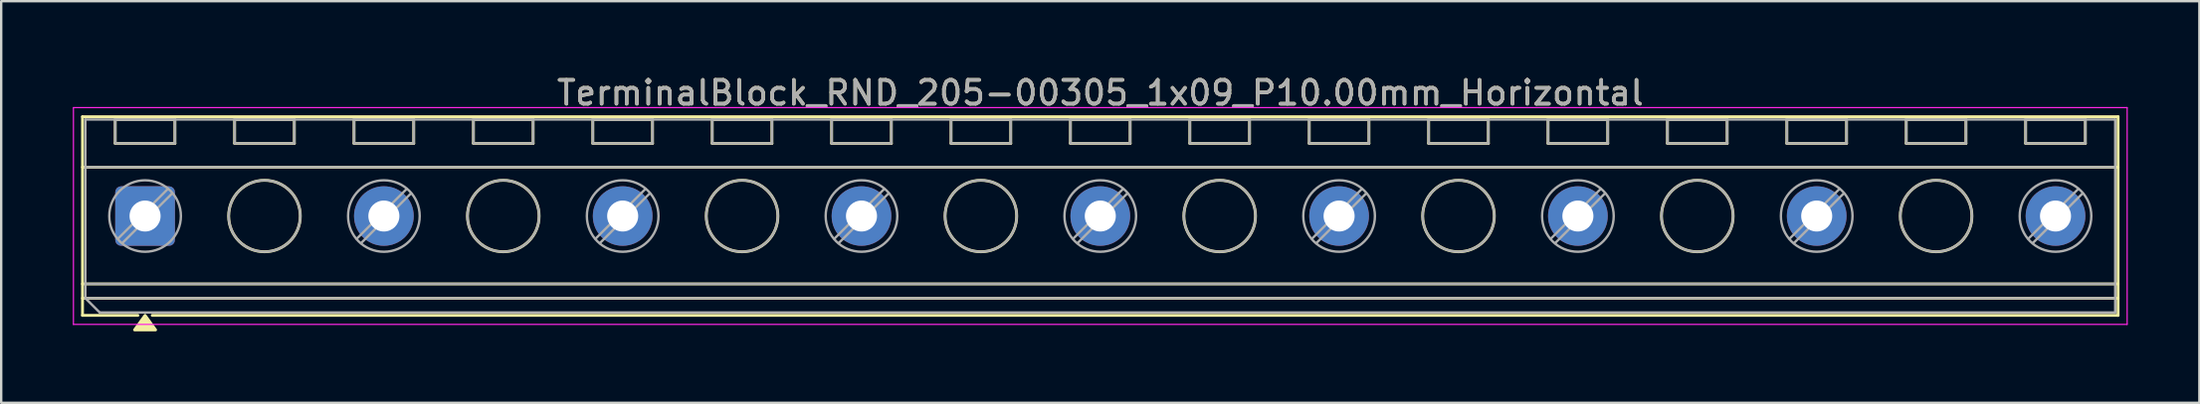
<source format=kicad_pcb>
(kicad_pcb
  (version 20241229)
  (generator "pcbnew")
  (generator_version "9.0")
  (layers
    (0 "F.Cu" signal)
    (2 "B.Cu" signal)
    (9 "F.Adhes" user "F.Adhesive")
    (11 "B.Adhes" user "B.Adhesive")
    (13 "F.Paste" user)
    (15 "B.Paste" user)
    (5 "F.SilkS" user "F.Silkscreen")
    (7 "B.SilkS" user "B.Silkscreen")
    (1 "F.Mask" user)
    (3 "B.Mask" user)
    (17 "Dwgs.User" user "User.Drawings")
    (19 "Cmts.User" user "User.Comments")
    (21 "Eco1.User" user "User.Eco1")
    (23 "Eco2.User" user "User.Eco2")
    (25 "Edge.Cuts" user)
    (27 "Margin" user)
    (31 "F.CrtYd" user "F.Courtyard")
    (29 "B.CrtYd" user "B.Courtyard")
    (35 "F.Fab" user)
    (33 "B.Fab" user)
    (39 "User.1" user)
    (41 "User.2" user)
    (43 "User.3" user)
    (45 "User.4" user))
  (footprint "TerminalBlock_RND_205-00305_1x09_P10.00mm_Horizontal"
    (layer "F.Cu")
    (at 3.025 6.018)
    (property "Reference" "TerminalBlock_RND_205-00305_1x09_P10.00mm_Horizontal" (at 40 -5.17 0) (layer "F.SilkS") (effects (font (size 1 1) (thickness 0.15))))
    (attr through_hole)
    (fp_line (start -2.62 -4.17) (end -2.62 4.17) (stroke (width 0.12) (type solid)) (layer "F.SilkS"))
    (fp_line (start -2.62 -4.17) (end 82.62 -4.17) (stroke (width 0.12) (type solid)) (layer "F.SilkS"))
    (fp_line (start -2.62 -2.05) (end 82.62 -2.05) (stroke (width 0.12) (type solid)) (layer "F.SilkS"))
    (fp_line (start -2.62 2.85) (end 82.62 2.85) (stroke (width 0.12) (type solid)) (layer "F.SilkS"))
    (fp_line (start -2.62 3.45) (end 82.62 3.45) (stroke (width 0.12) (type solid)) (layer "F.SilkS"))
    (fp_line (start -2.62 4.17) (end -0.3 4.17) (stroke (width 0.12) (type solid)) (layer "F.SilkS"))
    (fp_line (start -1.25 -4.05) (end -1.25 -3.05) (stroke (width 0.12) (type solid)) (layer "F.SilkS"))
    (fp_line (start -1.25 -4.05) (end 1.25 -4.05) (stroke (width 0.12) (type solid)) (layer "F.SilkS"))
    (fp_line (start -1.25 -3.05) (end 1.25 -3.05) (stroke (width 0.12) (type solid)) (layer "F.SilkS"))
    (fp_line (start 0.3 4.17) (end 82.62 4.17) (stroke (width 0.12) (type solid)) (layer "F.SilkS"))
    (fp_line (start 1.25 -4.05) (end 1.25 -3.05) (stroke (width 0.12) (type solid)) (layer "F.SilkS"))
    (fp_line (start 3.75 -4.05) (end 3.75 -3.05) (stroke (width 0.12) (type solid)) (layer "F.SilkS"))
    (fp_line (start 3.75 -4.05) (end 6.25 -4.05) (stroke (width 0.12) (type solid)) (layer "F.SilkS"))
    (fp_line (start 3.75 -3.05) (end 6.25 -3.05) (stroke (width 0.12) (type solid)) (layer "F.SilkS"))
    (fp_line (start 6.25 -4.05) (end 6.25 -3.05) (stroke (width 0.12) (type solid)) (layer "F.SilkS"))
    (fp_line (start 8.75 -4.05) (end 8.75 -3.05) (stroke (width 0.12) (type solid)) (layer "F.SilkS"))
    (fp_line (start 8.75 -4.05) (end 11.25 -4.05) (stroke (width 0.12) (type solid)) (layer "F.SilkS"))
    (fp_line (start 8.75 -3.05) (end 11.25 -3.05) (stroke (width 0.12) (type solid)) (layer "F.SilkS"))
    (fp_line (start 11.25 -4.05) (end 11.25 -3.05) (stroke (width 0.12) (type solid)) (layer "F.SilkS"))
    (fp_line (start 13.75 -4.05) (end 13.75 -3.05) (stroke (width 0.12) (type solid)) (layer "F.SilkS"))
    (fp_line (start 13.75 -4.05) (end 16.25 -4.05) (stroke (width 0.12) (type solid)) (layer "F.SilkS"))
    (fp_line (start 13.75 -3.05) (end 16.25 -3.05) (stroke (width 0.12) (type solid)) (layer "F.SilkS"))
    (fp_line (start 16.25 -4.05) (end 16.25 -3.05) (stroke (width 0.12) (type solid)) (layer "F.SilkS"))
    (fp_line (start 18.75 -4.05) (end 18.75 -3.05) (stroke (width 0.12) (type solid)) (layer "F.SilkS"))
    (fp_line (start 18.75 -4.05) (end 21.25 -4.05) (stroke (width 0.12) (type solid)) (layer "F.SilkS"))
    (fp_line (start 18.75 -3.05) (end 21.25 -3.05) (stroke (width 0.12) (type solid)) (layer "F.SilkS"))
    (fp_line (start 21.25 -4.05) (end 21.25 -3.05) (stroke (width 0.12) (type solid)) (layer "F.SilkS"))
    (fp_line (start 23.75 -4.05) (end 23.75 -3.05) (stroke (width 0.12) (type solid)) (layer "F.SilkS"))
    (fp_line (start 23.75 -4.05) (end 26.25 -4.05) (stroke (width 0.12) (type solid)) (layer "F.SilkS"))
    (fp_line (start 23.75 -3.05) (end 26.25 -3.05) (stroke (width 0.12) (type solid)) (layer "F.SilkS"))
    (fp_line (start 26.25 -4.05) (end 26.25 -3.05) (stroke (width 0.12) (type solid)) (layer "F.SilkS"))
    (fp_line (start 28.75 -4.05) (end 28.75 -3.05) (stroke (width 0.12) (type solid)) (layer "F.SilkS"))
    (fp_line (start 28.75 -4.05) (end 31.25 -4.05) (stroke (width 0.12) (type solid)) (layer "F.SilkS"))
    (fp_line (start 28.75 -3.05) (end 31.25 -3.05) (stroke (width 0.12) (type solid)) (layer "F.SilkS"))
    (fp_line (start 31.25 -4.05) (end 31.25 -3.05) (stroke (width 0.12) (type solid)) (layer "F.SilkS"))
    (fp_line (start 33.75 -4.05) (end 33.75 -3.05) (stroke (width 0.12) (type solid)) (layer "F.SilkS"))
    (fp_line (start 33.75 -4.05) (end 36.25 -4.05) (stroke (width 0.12) (type solid)) (layer "F.SilkS"))
    (fp_line (start 33.75 -3.05) (end 36.25 -3.05) (stroke (width 0.12) (type solid)) (layer "F.SilkS"))
    (fp_line (start 36.25 -4.05) (end 36.25 -3.05) (stroke (width 0.12) (type solid)) (layer "F.SilkS"))
    (fp_line (start 38.75 -4.05) (end 38.75 -3.05) (stroke (width 0.12) (type solid)) (layer "F.SilkS"))
    (fp_line (start 38.75 -4.05) (end 41.25 -4.05) (stroke (width 0.12) (type solid)) (layer "F.SilkS"))
    (fp_line (start 38.75 -3.05) (end 41.25 -3.05) (stroke (width 0.12) (type solid)) (layer "F.SilkS"))
    (fp_line (start 41.25 -4.05) (end 41.25 -3.05) (stroke (width 0.12) (type solid)) (layer "F.SilkS"))
    (fp_line (start 43.75 -4.05) (end 43.75 -3.05) (stroke (width 0.12) (type solid)) (layer "F.SilkS"))
    (fp_line (start 43.75 -4.05) (end 46.25 -4.05) (stroke (width 0.12) (type solid)) (layer "F.SilkS"))
    (fp_line (start 43.75 -3.05) (end 46.25 -3.05) (stroke (width 0.12) (type solid)) (layer "F.SilkS"))
    (fp_line (start 46.25 -4.05) (end 46.25 -3.05) (stroke (width 0.12) (type solid)) (layer "F.SilkS"))
    (fp_line (start 48.75 -4.05) (end 48.75 -3.05) (stroke (width 0.12) (type solid)) (layer "F.SilkS"))
    (fp_line (start 48.75 -4.05) (end 51.25 -4.05) (stroke (width 0.12) (type solid)) (layer "F.SilkS"))
    (fp_line (start 48.75 -3.05) (end 51.25 -3.05) (stroke (width 0.12) (type solid)) (layer "F.SilkS"))
    (fp_line (start 51.25 -4.05) (end 51.25 -3.05) (stroke (width 0.12) (type solid)) (layer "F.SilkS"))
    (fp_line (start 53.75 -4.05) (end 53.75 -3.05) (stroke (width 0.12) (type solid)) (layer "F.SilkS"))
    (fp_line (start 53.75 -4.05) (end 56.25 -4.05) (stroke (width 0.12) (type solid)) (layer "F.SilkS"))
    (fp_line (start 53.75 -3.05) (end 56.25 -3.05) (stroke (width 0.12) (type solid)) (layer "F.SilkS"))
    (fp_line (start 56.25 -4.05) (end 56.25 -3.05) (stroke (width 0.12) (type solid)) (layer "F.SilkS"))
    (fp_line (start 58.75 -4.05) (end 58.75 -3.05) (stroke (width 0.12) (type solid)) (layer "F.SilkS"))
    (fp_line (start 58.75 -4.05) (end 61.25 -4.05) (stroke (width 0.12) (type solid)) (layer "F.SilkS"))
    (fp_line (start 58.75 -3.05) (end 61.25 -3.05) (stroke (width 0.12) (type solid)) (layer "F.SilkS"))
    (fp_line (start 61.25 -4.05) (end 61.25 -3.05) (stroke (width 0.12) (type solid)) (layer "F.SilkS"))
    (fp_line (start 63.75 -4.05) (end 63.75 -3.05) (stroke (width 0.12) (type solid)) (layer "F.SilkS"))
    (fp_line (start 63.75 -4.05) (end 66.25 -4.05) (stroke (width 0.12) (type solid)) (layer "F.SilkS"))
    (fp_line (start 63.75 -3.05) (end 66.25 -3.05) (stroke (width 0.12) (type solid)) (layer "F.SilkS"))
    (fp_line (start 66.25 -4.05) (end 66.25 -3.05) (stroke (width 0.12) (type solid)) (layer "F.SilkS"))
    (fp_line (start 68.75 -4.05) (end 68.75 -3.05) (stroke (width 0.12) (type solid)) (layer "F.SilkS"))
    (fp_line (start 68.75 -4.05) (end 71.25 -4.05) (stroke (width 0.12) (type solid)) (layer "F.SilkS"))
    (fp_line (start 68.75 -3.05) (end 71.25 -3.05) (stroke (width 0.12) (type solid)) (layer "F.SilkS"))
    (fp_line (start 71.25 -4.05) (end 71.25 -3.05) (stroke (width 0.12) (type solid)) (layer "F.SilkS"))
    (fp_line (start 73.75 -4.05) (end 73.75 -3.05) (stroke (width 0.12) (type solid)) (layer "F.SilkS"))
    (fp_line (start 73.75 -4.05) (end 76.25 -4.05) (stroke (width 0.12) (type solid)) (layer "F.SilkS"))
    (fp_line (start 73.75 -3.05) (end 76.25 -3.05) (stroke (width 0.12) (type solid)) (layer "F.SilkS"))
    (fp_line (start 76.25 -4.05) (end 76.25 -3.05) (stroke (width 0.12) (type solid)) (layer "F.SilkS"))
    (fp_line (start 78.75 -4.05) (end 78.75 -3.05) (stroke (width 0.12) (type solid)) (layer "F.SilkS"))
    (fp_line (start 78.75 -4.05) (end 81.25 -4.05) (stroke (width 0.12) (type solid)) (layer "F.SilkS"))
    (fp_line (start 78.75 -3.05) (end 81.25 -3.05) (stroke (width 0.12) (type solid)) (layer "F.SilkS"))
    (fp_line (start 81.25 -4.05) (end 81.25 -3.05) (stroke (width 0.12) (type solid)) (layer "F.SilkS"))
    (fp_line (start 82.62 -4.17) (end 82.62 4.17) (stroke (width 0.12) (type solid)) (layer "F.SilkS"))
    (fp_circle (center 5 0) (end 6.5 0) (stroke (width 0.12) (type solid)) (fill no) (layer "F.SilkS"))
    (fp_circle (center 15 0) (end 16.5 0) (stroke (width 0.12) (type solid)) (fill no) (layer "F.SilkS"))
    (fp_circle (center 25 0) (end 26.5 0) (stroke (width 0.12) (type solid)) (fill no) (layer "F.SilkS"))
    (fp_circle (center 35 0) (end 36.5 0) (stroke (width 0.12) (type solid)) (fill no) (layer "F.SilkS"))
    (fp_circle (center 45 0) (end 46.5 0) (stroke (width 0.12) (type solid)) (fill no) (layer "F.SilkS"))
    (fp_circle (center 55 0) (end 56.5 0) (stroke (width 0.12) (type solid)) (fill no) (layer "F.SilkS"))
    (fp_circle (center 65 0) (end 66.5 0) (stroke (width 0.12) (type solid)) (fill no) (layer "F.SilkS"))
    (fp_circle (center 75 0) (end 76.5 0) (stroke (width 0.12) (type solid)) (fill no) (layer "F.SilkS"))
    (fp_poly (pts (xy 0 4.17) (xy 0.44 4.78) (xy -0.44 4.78)) (stroke (width 0.12) (type solid)) (fill yes) (layer "F.SilkS"))
    (fp_line (start -3 -4.55) (end -3 4.55) (stroke (width 0.05) (type solid)) (layer "F.CrtYd"))
    (fp_line (start -3 4.55) (end 83 4.55) (stroke (width 0.05) (type solid)) (layer "F.CrtYd"))
    (fp_line (start 83 -4.55) (end -3 -4.55) (stroke (width 0.05) (type solid)) (layer "F.CrtYd"))
    (fp_line (start 83 4.55) (end 83 -4.55) (stroke (width 0.05) (type solid)) (layer "F.CrtYd"))
    (fp_line (start -2.5 -4.05) (end 82.5 -4.05) (stroke (width 0.1) (type solid)) (layer "F.Fab"))
    (fp_line (start -2.5 -2.05) (end 82.5 -2.05) (stroke (width 0.1) (type solid)) (layer "F.Fab"))
    (fp_line (start -2.5 2.85) (end 82.5 2.85) (stroke (width 0.1) (type solid)) (layer "F.Fab"))
    (fp_line (start -2.5 3.45) (end -2.5 -4.05) (stroke (width 0.1) (type solid)) (layer "F.Fab"))
    (fp_line (start -2.5 3.45) (end 82.5 3.45) (stroke (width 0.1) (type solid)) (layer "F.Fab"))
    (fp_line (start -1.9 4.05) (end -2.5 3.45) (stroke (width 0.1) (type solid)) (layer "F.Fab"))
    (fp_line (start -1.25 -4.05) (end -1.25 -3.05) (stroke (width 0.1) (type solid)) (layer "F.Fab"))
    (fp_line (start -1.25 -3.05) (end 1.25 -3.05) (stroke (width 0.1) (type solid)) (layer "F.Fab"))
    (fp_line (start 0.955 -1.138) (end -1.138 0.954) (stroke (width 0.1) (type solid)) (layer "F.Fab"))
    (fp_line (start 1.138 -0.954) (end -0.955 1.137) (stroke (width 0.1) (type solid)) (layer "F.Fab"))
    (fp_line (start 1.25 -4.05) (end -1.25 -4.05) (stroke (width 0.1) (type solid)) (layer "F.Fab"))
    (fp_line (start 1.25 -3.05) (end 1.25 -4.05) (stroke (width 0.1) (type solid)) (layer "F.Fab"))
    (fp_line (start 3.75 -4.05) (end 3.75 -3.05) (stroke (width 0.1) (type solid)) (layer "F.Fab"))
    (fp_line (start 3.75 -3.05) (end 6.25 -3.05) (stroke (width 0.1) (type solid)) (layer "F.Fab"))
    (fp_line (start 6.25 -4.05) (end 3.75 -4.05) (stroke (width 0.1) (type solid)) (layer "F.Fab"))
    (fp_line (start 6.25 -3.05) (end 6.25 -4.05) (stroke (width 0.1) (type solid)) (layer "F.Fab"))
    (fp_line (start 8.75 -4.05) (end 8.75 -3.05) (stroke (width 0.1) (type solid)) (layer "F.Fab"))
    (fp_line (start 8.75 -3.05) (end 11.25 -3.05) (stroke (width 0.1) (type solid)) (layer "F.Fab"))
    (fp_line (start 10.955 -1.138) (end 8.862 0.954) (stroke (width 0.1) (type solid)) (layer "F.Fab"))
    (fp_line (start 11.138 -0.954) (end 9.045 1.137) (stroke (width 0.1) (type solid)) (layer "F.Fab"))
    (fp_line (start 11.25 -4.05) (end 8.75 -4.05) (stroke (width 0.1) (type solid)) (layer "F.Fab"))
    (fp_line (start 11.25 -3.05) (end 11.25 -4.05) (stroke (width 0.1) (type solid)) (layer "F.Fab"))
    (fp_line (start 13.75 -4.05) (end 13.75 -3.05) (stroke (width 0.1) (type solid)) (layer "F.Fab"))
    (fp_line (start 13.75 -3.05) (end 16.25 -3.05) (stroke (width 0.1) (type solid)) (layer "F.Fab"))
    (fp_line (start 16.25 -4.05) (end 13.75 -4.05) (stroke (width 0.1) (type solid)) (layer "F.Fab"))
    (fp_line (start 16.25 -3.05) (end 16.25 -4.05) (stroke (width 0.1) (type solid)) (layer "F.Fab"))
    (fp_line (start 18.75 -4.05) (end 18.75 -3.05) (stroke (width 0.1) (type solid)) (layer "F.Fab"))
    (fp_line (start 18.75 -3.05) (end 21.25 -3.05) (stroke (width 0.1) (type solid)) (layer "F.Fab"))
    (fp_line (start 20.955 -1.138) (end 18.862 0.954) (stroke (width 0.1) (type solid)) (layer "F.Fab"))
    (fp_line (start 21.138 -0.954) (end 19.045 1.137) (stroke (width 0.1) (type solid)) (layer "F.Fab"))
    (fp_line (start 21.25 -4.05) (end 18.75 -4.05) (stroke (width 0.1) (type solid)) (layer "F.Fab"))
    (fp_line (start 21.25 -3.05) (end 21.25 -4.05) (stroke (width 0.1) (type solid)) (layer "F.Fab"))
    (fp_line (start 23.75 -4.05) (end 23.75 -3.05) (stroke (width 0.1) (type solid)) (layer "F.Fab"))
    (fp_line (start 23.75 -3.05) (end 26.25 -3.05) (stroke (width 0.1) (type solid)) (layer "F.Fab"))
    (fp_line (start 26.25 -4.05) (end 23.75 -4.05) (stroke (width 0.1) (type solid)) (layer "F.Fab"))
    (fp_line (start 26.25 -3.05) (end 26.25 -4.05) (stroke (width 0.1) (type solid)) (layer "F.Fab"))
    (fp_line (start 28.75 -4.05) (end 28.75 -3.05) (stroke (width 0.1) (type solid)) (layer "F.Fab"))
    (fp_line (start 28.75 -3.05) (end 31.25 -3.05) (stroke (width 0.1) (type solid)) (layer "F.Fab"))
    (fp_line (start 30.955 -1.138) (end 28.862 0.954) (stroke (width 0.1) (type solid)) (layer "F.Fab"))
    (fp_line (start 31.138 -0.954) (end 29.045 1.137) (stroke (width 0.1) (type solid)) (layer "F.Fab"))
    (fp_line (start 31.25 -4.05) (end 28.75 -4.05) (stroke (width 0.1) (type solid)) (layer "F.Fab"))
    (fp_line (start 31.25 -3.05) (end 31.25 -4.05) (stroke (width 0.1) (type solid)) (layer "F.Fab"))
    (fp_line (start 33.75 -4.05) (end 33.75 -3.05) (stroke (width 0.1) (type solid)) (layer "F.Fab"))
    (fp_line (start 33.75 -3.05) (end 36.25 -3.05) (stroke (width 0.1) (type solid)) (layer "F.Fab"))
    (fp_line (start 36.25 -4.05) (end 33.75 -4.05) (stroke (width 0.1) (type solid)) (layer "F.Fab"))
    (fp_line (start 36.25 -3.05) (end 36.25 -4.05) (stroke (width 0.1) (type solid)) (layer "F.Fab"))
    (fp_line (start 38.75 -4.05) (end 38.75 -3.05) (stroke (width 0.1) (type solid)) (layer "F.Fab"))
    (fp_line (start 38.75 -3.05) (end 41.25 -3.05) (stroke (width 0.1) (type solid)) (layer "F.Fab"))
    (fp_line (start 40.955 -1.138) (end 38.862 0.954) (stroke (width 0.1) (type solid)) (layer "F.Fab"))
    (fp_line (start 41.138 -0.954) (end 39.045 1.137) (stroke (width 0.1) (type solid)) (layer "F.Fab"))
    (fp_line (start 41.25 -4.05) (end 38.75 -4.05) (stroke (width 0.1) (type solid)) (layer "F.Fab"))
    (fp_line (start 41.25 -3.05) (end 41.25 -4.05) (stroke (width 0.1) (type solid)) (layer "F.Fab"))
    (fp_line (start 43.75 -4.05) (end 43.75 -3.05) (stroke (width 0.1) (type solid)) (layer "F.Fab"))
    (fp_line (start 43.75 -3.05) (end 46.25 -3.05) (stroke (width 0.1) (type solid)) (layer "F.Fab"))
    (fp_line (start 46.25 -4.05) (end 43.75 -4.05) (stroke (width 0.1) (type solid)) (layer "F.Fab"))
    (fp_line (start 46.25 -3.05) (end 46.25 -4.05) (stroke (width 0.1) (type solid)) (layer "F.Fab"))
    (fp_line (start 48.75 -4.05) (end 48.75 -3.05) (stroke (width 0.1) (type solid)) (layer "F.Fab"))
    (fp_line (start 48.75 -3.05) (end 51.25 -3.05) (stroke (width 0.1) (type solid)) (layer "F.Fab"))
    (fp_line (start 50.955 -1.138) (end 48.862 0.954) (stroke (width 0.1) (type solid)) (layer "F.Fab"))
    (fp_line (start 51.138 -0.954) (end 49.045 1.137) (stroke (width 0.1) (type solid)) (layer "F.Fab"))
    (fp_line (start 51.25 -4.05) (end 48.75 -4.05) (stroke (width 0.1) (type solid)) (layer "F.Fab"))
    (fp_line (start 51.25 -3.05) (end 51.25 -4.05) (stroke (width 0.1) (type solid)) (layer "F.Fab"))
    (fp_line (start 53.75 -4.05) (end 53.75 -3.05) (stroke (width 0.1) (type solid)) (layer "F.Fab"))
    (fp_line (start 53.75 -3.05) (end 56.25 -3.05) (stroke (width 0.1) (type solid)) (layer "F.Fab"))
    (fp_line (start 56.25 -4.05) (end 53.75 -4.05) (stroke (width 0.1) (type solid)) (layer "F.Fab"))
    (fp_line (start 56.25 -3.05) (end 56.25 -4.05) (stroke (width 0.1) (type solid)) (layer "F.Fab"))
    (fp_line (start 58.75 -4.05) (end 58.75 -3.05) (stroke (width 0.1) (type solid)) (layer "F.Fab"))
    (fp_line (start 58.75 -3.05) (end 61.25 -3.05) (stroke (width 0.1) (type solid)) (layer "F.Fab"))
    (fp_line (start 60.955 -1.138) (end 58.862 0.954) (stroke (width 0.1) (type solid)) (layer "F.Fab"))
    (fp_line (start 61.138 -0.954) (end 59.045 1.137) (stroke (width 0.1) (type solid)) (layer "F.Fab"))
    (fp_line (start 61.25 -4.05) (end 58.75 -4.05) (stroke (width 0.1) (type solid)) (layer "F.Fab"))
    (fp_line (start 61.25 -3.05) (end 61.25 -4.05) (stroke (width 0.1) (type solid)) (layer "F.Fab"))
    (fp_line (start 63.75 -4.05) (end 63.75 -3.05) (stroke (width 0.1) (type solid)) (layer "F.Fab"))
    (fp_line (start 63.75 -3.05) (end 66.25 -3.05) (stroke (width 0.1) (type solid)) (layer "F.Fab"))
    (fp_line (start 66.25 -4.05) (end 63.75 -4.05) (stroke (width 0.1) (type solid)) (layer "F.Fab"))
    (fp_line (start 66.25 -3.05) (end 66.25 -4.05) (stroke (width 0.1) (type solid)) (layer "F.Fab"))
    (fp_line (start 68.75 -4.05) (end 68.75 -3.05) (stroke (width 0.1) (type solid)) (layer "F.Fab"))
    (fp_line (start 68.75 -3.05) (end 71.25 -3.05) (stroke (width 0.1) (type solid)) (layer "F.Fab"))
    (fp_line (start 70.955 -1.138) (end 68.862 0.954) (stroke (width 0.1) (type solid)) (layer "F.Fab"))
    (fp_line (start 71.138 -0.954) (end 69.045 1.137) (stroke (width 0.1) (type solid)) (layer "F.Fab"))
    (fp_line (start 71.25 -4.05) (end 68.75 -4.05) (stroke (width 0.1) (type solid)) (layer "F.Fab"))
    (fp_line (start 71.25 -3.05) (end 71.25 -4.05) (stroke (width 0.1) (type solid)) (layer "F.Fab"))
    (fp_line (start 73.75 -4.05) (end 73.75 -3.05) (stroke (width 0.1) (type solid)) (layer "F.Fab"))
    (fp_line (start 73.75 -3.05) (end 76.25 -3.05) (stroke (width 0.1) (type solid)) (layer "F.Fab"))
    (fp_line (start 76.25 -4.05) (end 73.75 -4.05) (stroke (width 0.1) (type solid)) (layer "F.Fab"))
    (fp_line (start 76.25 -3.05) (end 76.25 -4.05) (stroke (width 0.1) (type solid)) (layer "F.Fab"))
    (fp_line (start 78.75 -4.05) (end 78.75 -3.05) (stroke (width 0.1) (type solid)) (layer "F.Fab"))
    (fp_line (start 78.75 -3.05) (end 81.25 -3.05) (stroke (width 0.1) (type solid)) (layer "F.Fab"))
    (fp_line (start 80.955 -1.138) (end 78.862 0.954) (stroke (width 0.1) (type solid)) (layer "F.Fab"))
    (fp_line (start 81.138 -0.954) (end 79.045 1.137) (stroke (width 0.1) (type solid)) (layer "F.Fab"))
    (fp_line (start 81.25 -4.05) (end 78.75 -4.05) (stroke (width 0.1) (type solid)) (layer "F.Fab"))
    (fp_line (start 81.25 -3.05) (end 81.25 -4.05) (stroke (width 0.1) (type solid)) (layer "F.Fab"))
    (fp_line (start 82.5 -4.05) (end 82.5 4.05) (stroke (width 0.1) (type solid)) (layer "F.Fab"))
    (fp_line (start 82.5 4.05) (end -1.9 4.05) (stroke (width 0.1) (type solid)) (layer "F.Fab"))
    (fp_circle (center 0 0) (end 1.5 0) (stroke (width 0.1) (type solid)) (fill no) (layer "F.Fab"))
    (fp_circle (center 5 0) (end 6.5 0) (stroke (width 0.1) (type solid)) (fill no) (layer "F.Fab"))
    (fp_circle (center 10 0) (end 11.5 0) (stroke (width 0.1) (type solid)) (fill no) (layer "F.Fab"))
    (fp_circle (center 15 0) (end 16.5 0) (stroke (width 0.1) (type solid)) (fill no) (layer "F.Fab"))
    (fp_circle (center 20 0) (end 21.5 0) (stroke (width 0.1) (type solid)) (fill no) (layer "F.Fab"))
    (fp_circle (center 25 0) (end 26.5 0) (stroke (width 0.1) (type solid)) (fill no) (layer "F.Fab"))
    (fp_circle (center 30 0) (end 31.5 0) (stroke (width 0.1) (type solid)) (fill no) (layer "F.Fab"))
    (fp_circle (center 35 0) (end 36.5 0) (stroke (width 0.1) (type solid)) (fill no) (layer "F.Fab"))
    (fp_circle (center 40 0) (end 41.5 0) (stroke (width 0.1) (type solid)) (fill no) (layer "F.Fab"))
    (fp_circle (center 45 0) (end 46.5 0) (stroke (width 0.1) (type solid)) (fill no) (layer "F.Fab"))
    (fp_circle (center 50 0) (end 51.5 0) (stroke (width 0.1) (type solid)) (fill no) (layer "F.Fab"))
    (fp_circle (center 55 0) (end 56.5 0) (stroke (width 0.1) (type solid)) (fill no) (layer "F.Fab"))
    (fp_circle (center 60 0) (end 61.5 0) (stroke (width 0.1) (type solid)) (fill no) (layer "F.Fab"))
    (fp_circle (center 65 0) (end 66.5 0) (stroke (width 0.1) (type solid)) (fill no) (layer "F.Fab"))
    (fp_circle (center 70 0) (end 71.5 0) (stroke (width 0.1) (type solid)) (fill no) (layer "F.Fab"))
    (fp_circle (center 75 0) (end 76.5 0) (stroke (width 0.1) (type solid)) (fill no) (layer "F.Fab"))
    (fp_circle (center 80 0) (end 81.5 0) (stroke (width 0.1) (type solid)) (fill no) (layer "F.Fab"))
    (fp_text user "${REFERENCE}" (at 40 -5.17 0) (layer "F.Fab") (effects (font (size 1 1) (thickness 0.15))))
    (pad "1" thru_hole roundrect (at 0 0) (size 2.5 2.5) (drill 1.3) (layers "*.Cu" "*.Mask") (roundrect_rratio 0.1))
    (pad "2" thru_hole circle (at 10 0) (size 2.5 2.5) (drill 1.3) (layers "*.Cu" "*.Mask"))
    (pad "3" thru_hole circle (at 20 0) (size 2.5 2.5) (drill 1.3) (layers "*.Cu" "*.Mask"))
    (pad "4" thru_hole circle (at 30 0) (size 2.5 2.5) (drill 1.3) (layers "*.Cu" "*.Mask"))
    (pad "5" thru_hole circle (at 40 0) (size 2.5 2.5) (drill 1.3) (layers "*.Cu" "*.Mask"))
    (pad "6" thru_hole circle (at 50 0) (size 2.5 2.5) (drill 1.3) (layers "*.Cu" "*.Mask"))
    (pad "7" thru_hole circle (at 60 0) (size 2.5 2.5) (drill 1.3) (layers "*.Cu" "*.Mask"))
    (pad "8" thru_hole circle (at 70 0) (size 2.5 2.5) (drill 1.3) (layers "*.Cu" "*.Mask"))
    (pad "9" thru_hole circle (at 80 0) (size 2.5 2.5) (drill 1.3) (layers "*.Cu" "*.Mask")))
  (gr_rect
    (start -3 -3)
    (end 89.05 13.858)
    (stroke (width 0.1) (type default))
    (fill no)
    (layer "Edge.Cuts")))
</source>
